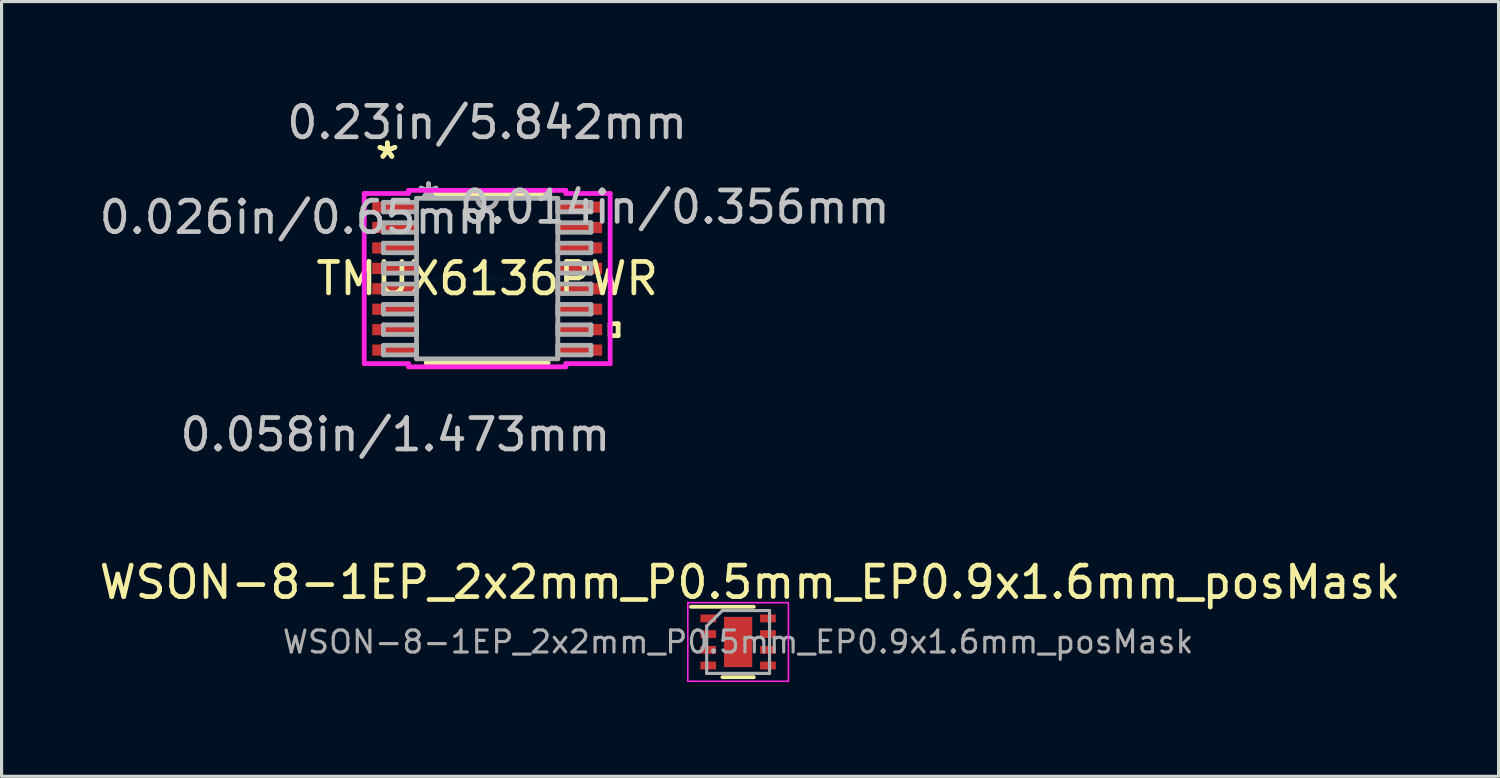
<source format=kicad_pcb>
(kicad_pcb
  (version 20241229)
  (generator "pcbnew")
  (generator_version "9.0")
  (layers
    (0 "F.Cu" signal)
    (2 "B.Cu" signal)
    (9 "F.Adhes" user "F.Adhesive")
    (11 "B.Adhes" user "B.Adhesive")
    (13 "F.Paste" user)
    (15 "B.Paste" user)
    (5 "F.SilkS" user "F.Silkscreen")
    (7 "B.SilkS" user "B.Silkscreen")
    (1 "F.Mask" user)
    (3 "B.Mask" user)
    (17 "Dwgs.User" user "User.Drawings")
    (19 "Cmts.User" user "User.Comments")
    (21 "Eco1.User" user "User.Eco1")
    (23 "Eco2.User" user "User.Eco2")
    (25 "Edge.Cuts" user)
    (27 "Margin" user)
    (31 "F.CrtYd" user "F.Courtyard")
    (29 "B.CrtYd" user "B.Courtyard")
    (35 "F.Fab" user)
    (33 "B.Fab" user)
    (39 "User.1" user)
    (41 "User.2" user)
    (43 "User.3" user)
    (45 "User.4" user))
  (footprint "WSON-8-1EP_2x2mm_P0.5mm_EP0.9x1.6mm_posMask"
    (layer "F.Cu")
    (at 20.435 17.376)
    (property "Reference" "WSON-8-1EP_2x2mm_P0.5mm_EP0.9x1.6mm_posMask" (at 0.38 -1.9 0) (layer "F.SilkS") (effects (font (size 1 1) (thickness 0.15))))
    (attr smd)
    (fp_line (start -1.5 -1.12) (end 0.5 -1.12) (stroke (width 0.12) (type solid)) (layer "F.SilkS"))
    (fp_line (start 0.5 1.12) (end -0.5 1.12) (stroke (width 0.12) (type solid)) (layer "F.SilkS"))
    (fp_line (start -1.6 -1.25) (end -1.6 1.25) (stroke (width 0.05) (type solid)) (layer "F.CrtYd"))
    (fp_line (start -1.6 -1.25) (end 1.6 -1.25) (stroke (width 0.05) (type solid)) (layer "F.CrtYd"))
    (fp_line (start -1.6 1.25) (end 1.6 1.25) (stroke (width 0.05) (type solid)) (layer "F.CrtYd"))
    (fp_line (start 1.6 -1.25) (end 1.6 1.25) (stroke (width 0.05) (type solid)) (layer "F.CrtYd"))
    (fp_line (start -1 1) (end -1 -0.5) (stroke (width 0.1) (type solid)) (layer "F.Fab"))
    (fp_line (start -0.5 -1) (end -1 -0.5) (stroke (width 0.1) (type solid)) (layer "F.Fab"))
    (fp_line (start -0.5 -1) (end 1 -1) (stroke (width 0.1) (type solid)) (layer "F.Fab"))
    (fp_line (start 1 -1) (end 1 1) (stroke (width 0.1) (type solid)) (layer "F.Fab"))
    (fp_line (start 1 1) (end -1 1) (stroke (width 0.1) (type solid)) (layer "F.Fab"))
    (fp_text user "${REFERENCE}" (at 0 0 0) (layer "F.Fab") (effects (font (size 0.7 0.7) (thickness 0.1))))
    (pad "" smd rect (at 0 -0.4) (size 0.75 0.65) (layers "F.Paste"))
    (pad "" smd rect (at 0 0.4) (size 0.75 0.65) (layers "F.Paste"))
    (pad "1" smd rect (at -0.95 -0.75) (size 0.5 0.25) (layers "F.Cu" "F.Mask" "F.Paste"))
    (pad "2" smd rect (at -0.95 -0.25) (size 0.5 0.25) (layers "F.Cu" "F.Mask" "F.Paste"))
    (pad "3" smd rect (at -0.95 0.25) (size 0.5 0.25) (layers "F.Cu" "F.Mask" "F.Paste"))
    (pad "4" smd rect (at -0.95 0.75) (size 0.5 0.25) (layers "F.Cu" "F.Mask" "F.Paste"))
    (pad "5" smd rect (at 0.95 0.75) (size 0.5 0.25) (layers "F.Cu" "F.Mask" "F.Paste"))
    (pad "6" smd rect (at 0.95 0.25) (size 0.5 0.25) (layers "F.Cu" "F.Mask" "F.Paste"))
    (pad "7" smd rect (at 0.95 -0.25) (size 0.5 0.25) (layers "F.Cu" "F.Mask" "F.Paste"))
    (pad "8" smd rect (at 0.95 -0.75) (size 0.5 0.25) (layers "F.Cu" "F.Mask" "F.Paste"))
    (pad "9" smd rect (at 0 0) (size 0.9 1.6) (layers "F.Cu" "F.Mask")))
  (footprint "TMUX6136PWR"
    (layer "F.Cu")
    (at 12.451 5.814)
    (property "Reference" "TMUX6136PWR" (at 0 0 0) (layer "F.SilkS") (effects (font (size 1 1) (thickness 0.15))))
    (attr through_hole)
    (fp_line (start -1.941 2.68) (end 1.941 2.68) (stroke (width 0.152) (type solid)) (layer "F.SilkS"))
    (fp_line (start 1.941 -2.68) (end -1.941 -2.68) (stroke (width 0.152) (type solid)) (layer "F.SilkS"))
    (fp_line (start 3.912 1.435) (end 4.166 1.435) (stroke (width 0.152) (type solid)) (layer "F.SilkS"))
    (fp_line (start 3.912 1.816) (end 3.912 1.435) (stroke (width 0.152) (type solid)) (layer "F.SilkS"))
    (fp_line (start 4.166 1.435) (end 4.166 1.816) (stroke (width 0.152) (type solid)) (layer "F.SilkS"))
    (fp_line (start 4.166 1.816) (end 3.912 1.816) (stroke (width 0.152) (type solid)) (layer "F.SilkS"))
    (fp_line (start -3.912 -2.707) (end -2.502 -2.707) (stroke (width 0.152) (type solid)) (layer "F.CrtYd"))
    (fp_line (start -3.912 2.707) (end -3.912 -2.707) (stroke (width 0.152) (type solid)) (layer "F.CrtYd"))
    (fp_line (start -2.502 -2.807) (end 2.502 -2.807) (stroke (width 0.152) (type solid)) (layer "F.CrtYd"))
    (fp_line (start -2.502 -2.707) (end -2.502 -2.807) (stroke (width 0.152) (type solid)) (layer "F.CrtYd"))
    (fp_line (start -2.502 2.707) (end -3.912 2.707) (stroke (width 0.152) (type solid)) (layer "F.CrtYd"))
    (fp_line (start -2.502 2.807) (end -2.502 2.707) (stroke (width 0.152) (type solid)) (layer "F.CrtYd"))
    (fp_line (start 2.502 -2.807) (end 2.502 -2.707) (stroke (width 0.152) (type solid)) (layer "F.CrtYd"))
    (fp_line (start 2.502 -2.707) (end 3.912 -2.707) (stroke (width 0.152) (type solid)) (layer "F.CrtYd"))
    (fp_line (start 2.502 2.707) (end 2.502 2.807) (stroke (width 0.152) (type solid)) (layer "F.CrtYd"))
    (fp_line (start 2.502 2.807) (end -2.502 2.807) (stroke (width 0.152) (type solid)) (layer "F.CrtYd"))
    (fp_line (start 3.912 -2.707) (end 3.912 2.707) (stroke (width 0.152) (type solid)) (layer "F.CrtYd"))
    (fp_line (start 3.912 2.707) (end 2.502 2.707) (stroke (width 0.152) (type solid)) (layer "F.CrtYd"))
    (fp_line (start -3.302 -2.427) (end -3.302 -2.123) (stroke (width 0.152) (type solid)) (layer "F.Fab"))
    (fp_line (start -3.302 -2.123) (end -2.248 -2.123) (stroke (width 0.152) (type solid)) (layer "F.Fab"))
    (fp_line (start -3.302 -1.777) (end -3.302 -1.473) (stroke (width 0.152) (type solid)) (layer "F.Fab"))
    (fp_line (start -3.302 -1.473) (end -2.248 -1.473) (stroke (width 0.152) (type solid)) (layer "F.Fab"))
    (fp_line (start -3.302 -1.127) (end -3.302 -0.823) (stroke (width 0.152) (type solid)) (layer "F.Fab"))
    (fp_line (start -3.302 -0.823) (end -2.248 -0.823) (stroke (width 0.152) (type solid)) (layer "F.Fab"))
    (fp_line (start -3.302 -0.477) (end -3.302 -0.173) (stroke (width 0.152) (type solid)) (layer "F.Fab"))
    (fp_line (start -3.302 -0.173) (end -2.248 -0.173) (stroke (width 0.152) (type solid)) (layer "F.Fab"))
    (fp_line (start -3.302 0.173) (end -3.302 0.477) (stroke (width 0.152) (type solid)) (layer "F.Fab"))
    (fp_line (start -3.302 0.477) (end -2.248 0.477) (stroke (width 0.152) (type solid)) (layer "F.Fab"))
    (fp_line (start -3.302 0.823) (end -3.302 1.127) (stroke (width 0.152) (type solid)) (layer "F.Fab"))
    (fp_line (start -3.302 1.127) (end -2.248 1.127) (stroke (width 0.152) (type solid)) (layer "F.Fab"))
    (fp_line (start -3.302 1.473) (end -3.302 1.777) (stroke (width 0.152) (type solid)) (layer "F.Fab"))
    (fp_line (start -3.302 1.777) (end -2.248 1.777) (stroke (width 0.152) (type solid)) (layer "F.Fab"))
    (fp_line (start -3.302 2.123) (end -3.302 2.427) (stroke (width 0.152) (type solid)) (layer "F.Fab"))
    (fp_line (start -3.302 2.427) (end -2.248 2.427) (stroke (width 0.152) (type solid)) (layer "F.Fab"))
    (fp_line (start -2.248 -2.553) (end -2.248 2.553) (stroke (width 0.152) (type solid)) (layer "F.Fab"))
    (fp_line (start -2.248 -2.427) (end -3.302 -2.427) (stroke (width 0.152) (type solid)) (layer "F.Fab"))
    (fp_line (start -2.248 -2.123) (end -2.248 -2.427) (stroke (width 0.152) (type solid)) (layer "F.Fab"))
    (fp_line (start -2.248 -1.777) (end -3.302 -1.777) (stroke (width 0.152) (type solid)) (layer "F.Fab"))
    (fp_line (start -2.248 -1.473) (end -2.248 -1.777) (stroke (width 0.152) (type solid)) (layer "F.Fab"))
    (fp_line (start -2.248 -1.127) (end -3.302 -1.127) (stroke (width 0.152) (type solid)) (layer "F.Fab"))
    (fp_line (start -2.248 -0.823) (end -2.248 -1.127) (stroke (width 0.152) (type solid)) (layer "F.Fab"))
    (fp_line (start -2.248 -0.477) (end -3.302 -0.477) (stroke (width 0.152) (type solid)) (layer "F.Fab"))
    (fp_line (start -2.248 -0.173) (end -2.248 -0.477) (stroke (width 0.152) (type solid)) (layer "F.Fab"))
    (fp_line (start -2.248 0.173) (end -3.302 0.173) (stroke (width 0.152) (type solid)) (layer "F.Fab"))
    (fp_line (start -2.248 0.477) (end -2.248 0.173) (stroke (width 0.152) (type solid)) (layer "F.Fab"))
    (fp_line (start -2.248 0.823) (end -3.302 0.823) (stroke (width 0.152) (type solid)) (layer "F.Fab"))
    (fp_line (start -2.248 1.127) (end -2.248 0.823) (stroke (width 0.152) (type solid)) (layer "F.Fab"))
    (fp_line (start -2.248 1.473) (end -3.302 1.473) (stroke (width 0.152) (type solid)) (layer "F.Fab"))
    (fp_line (start -2.248 1.777) (end -2.248 1.473) (stroke (width 0.152) (type solid)) (layer "F.Fab"))
    (fp_line (start -2.248 2.123) (end -3.302 2.123) (stroke (width 0.152) (type solid)) (layer "F.Fab"))
    (fp_line (start -2.248 2.427) (end -2.248 2.123) (stroke (width 0.152) (type solid)) (layer "F.Fab"))
    (fp_line (start -2.248 2.553) (end 2.248 2.553) (stroke (width 0.152) (type solid)) (layer "F.Fab"))
    (fp_line (start 2.248 -2.553) (end -2.248 -2.553) (stroke (width 0.152) (type solid)) (layer "F.Fab"))
    (fp_line (start 2.248 -2.427) (end 2.248 -2.123) (stroke (width 0.152) (type solid)) (layer "F.Fab"))
    (fp_line (start 2.248 -2.123) (end 3.302 -2.123) (stroke (width 0.152) (type solid)) (layer "F.Fab"))
    (fp_line (start 2.248 -1.777) (end 2.248 -1.473) (stroke (width 0.152) (type solid)) (layer "F.Fab"))
    (fp_line (start 2.248 -1.473) (end 3.302 -1.473) (stroke (width 0.152) (type solid)) (layer "F.Fab"))
    (fp_line (start 2.248 -1.127) (end 2.248 -0.823) (stroke (width 0.152) (type solid)) (layer "F.Fab"))
    (fp_line (start 2.248 -0.823) (end 3.302 -0.823) (stroke (width 0.152) (type solid)) (layer "F.Fab"))
    (fp_line (start 2.248 -0.477) (end 2.248 -0.173) (stroke (width 0.152) (type solid)) (layer "F.Fab"))
    (fp_line (start 2.248 -0.173) (end 3.302 -0.173) (stroke (width 0.152) (type solid)) (layer "F.Fab"))
    (fp_line (start 2.248 0.173) (end 2.248 0.477) (stroke (width 0.152) (type solid)) (layer "F.Fab"))
    (fp_line (start 2.248 0.477) (end 3.302 0.477) (stroke (width 0.152) (type solid)) (layer "F.Fab"))
    (fp_line (start 2.248 0.823) (end 2.248 1.127) (stroke (width 0.152) (type solid)) (layer "F.Fab"))
    (fp_line (start 2.248 1.127) (end 3.302 1.127) (stroke (width 0.152) (type solid)) (layer "F.Fab"))
    (fp_line (start 2.248 1.473) (end 2.248 1.777) (stroke (width 0.152) (type solid)) (layer "F.Fab"))
    (fp_line (start 2.248 1.777) (end 3.302 1.777) (stroke (width 0.152) (type solid)) (layer "F.Fab"))
    (fp_line (start 2.248 2.123) (end 2.248 2.427) (stroke (width 0.152) (type solid)) (layer "F.Fab"))
    (fp_line (start 2.248 2.427) (end 3.302 2.427) (stroke (width 0.152) (type solid)) (layer "F.Fab"))
    (fp_line (start 2.248 2.553) (end 2.248 -2.553) (stroke (width 0.152) (type solid)) (layer "F.Fab"))
    (fp_line (start 3.302 -2.427) (end 2.248 -2.427) (stroke (width 0.152) (type solid)) (layer "F.Fab"))
    (fp_line (start 3.302 -2.123) (end 3.302 -2.427) (stroke (width 0.152) (type solid)) (layer "F.Fab"))
    (fp_line (start 3.302 -1.777) (end 2.248 -1.777) (stroke (width 0.152) (type solid)) (layer "F.Fab"))
    (fp_line (start 3.302 -1.473) (end 3.302 -1.777) (stroke (width 0.152) (type solid)) (layer "F.Fab"))
    (fp_line (start 3.302 -1.127) (end 2.248 -1.127) (stroke (width 0.152) (type solid)) (layer "F.Fab"))
    (fp_line (start 3.302 -0.823) (end 3.302 -1.127) (stroke (width 0.152) (type solid)) (layer "F.Fab"))
    (fp_line (start 3.302 -0.477) (end 2.248 -0.477) (stroke (width 0.152) (type solid)) (layer "F.Fab"))
    (fp_line (start 3.302 -0.173) (end 3.302 -0.477) (stroke (width 0.152) (type solid)) (layer "F.Fab"))
    (fp_line (start 3.302 0.173) (end 2.248 0.173) (stroke (width 0.152) (type solid)) (layer "F.Fab"))
    (fp_line (start 3.302 0.477) (end 3.302 0.173) (stroke (width 0.152) (type solid)) (layer "F.Fab"))
    (fp_line (start 3.302 0.823) (end 2.248 0.823) (stroke (width 0.152) (type solid)) (layer "F.Fab"))
    (fp_line (start 3.302 1.127) (end 3.302 0.823) (stroke (width 0.152) (type solid)) (layer "F.Fab"))
    (fp_line (start 3.302 1.473) (end 2.248 1.473) (stroke (width 0.152) (type solid)) (layer "F.Fab"))
    (fp_line (start 3.302 1.777) (end 3.302 1.473) (stroke (width 0.152) (type solid)) (layer "F.Fab"))
    (fp_line (start 3.302 2.123) (end 2.248 2.123) (stroke (width 0.152) (type solid)) (layer "F.Fab"))
    (fp_line (start 3.302 2.427) (end 3.302 2.123) (stroke (width 0.152) (type solid)) (layer "F.Fab"))
    (fp_arc (start 0.3048 -2.5527) (mid 0 -2.2479) (end -0.3048 -2.5527) (stroke (width 0.1524) (type solid)) (layer "F.Fab"))
    (fp_text user "*" (at -3.175 -3.774 0) (layer "F.SilkS") (effects (font (size 1 1) (thickness 0.15))))
    (fp_text user "*" (at -3.175 -3.774 0) (layer "F.SilkS") (effects (font (size 1 1) (thickness 0.15))))
    (fp_text user "0.014in/0.356mm" (at 5.969 -2.275 0) (layer "Dwgs.User") (effects (font (size 1 1) (thickness 0.15))))
    (fp_text user "0.23in/5.842mm" (at 0 -4.966 0) (layer "Dwgs.User") (effects (font (size 1 1) (thickness 0.15))))
    (fp_text user "0.058in/1.473mm" (at -2.921 4.966 0) (layer "Dwgs.User") (effects (font (size 1 1) (thickness 0.15))))
    (fp_text user "0.026in/0.65mm" (at -5.969 -1.95 0) (layer "Dwgs.User") (effects (font (size 1 1) (thickness 0.15))))
    (fp_text user "Copyright 2016 Accelerated Designs. All rights reserved." (at 0 0 0) (layer "Cmts.User") (effects (font (size 0.127 0.127) (thickness 0.002))))
    (fp_text user "*" (at -1.867 -2.477 0) (layer "F.Fab") (effects (font (size 1 1) (thickness 0.15))))
    (fp_text user "*" (at -1.867 -2.477 0) (layer "F.Fab") (effects (font (size 1 1) (thickness 0.15))))
    (pad "1" smd rect (at -2.921 -2.275) (size 1.473 0.356) (layers "F.Cu" "F.Mask" "F.Paste"))
    (pad "2" smd rect (at -2.921 -1.625) (size 1.473 0.356) (layers "F.Cu" "F.Mask" "F.Paste"))
    (pad "3" smd rect (at -2.921 -0.975) (size 1.473 0.356) (layers "F.Cu" "F.Mask" "F.Paste"))
    (pad "4" smd rect (at -2.921 -0.325) (size 1.473 0.356) (layers "F.Cu" "F.Mask" "F.Paste"))
    (pad "5" smd rect (at -2.921 0.325) (size 1.473 0.356) (layers "F.Cu" "F.Mask" "F.Paste"))
    (pad "6" smd rect (at -2.921 0.975) (size 1.473 0.356) (layers "F.Cu" "F.Mask" "F.Paste"))
    (pad "7" smd rect (at -2.921 1.625) (size 1.473 0.356) (layers "F.Cu" "F.Mask" "F.Paste"))
    (pad "8" smd rect (at -2.921 2.275) (size 1.473 0.356) (layers "F.Cu" "F.Mask" "F.Paste"))
    (pad "9" smd rect (at 2.921 2.275) (size 1.473 0.356) (layers "F.Cu" "F.Mask" "F.Paste"))
    (pad "10" smd rect (at 2.921 1.625) (size 1.473 0.356) (layers "F.Cu" "F.Mask" "F.Paste"))
    (pad "11" smd rect (at 2.921 0.975) (size 1.473 0.356) (layers "F.Cu" "F.Mask" "F.Paste"))
    (pad "12" smd rect (at 2.921 0.325) (size 1.473 0.356) (layers "F.Cu" "F.Mask" "F.Paste"))
    (pad "13" smd rect (at 2.921 -0.325) (size 1.473 0.356) (layers "F.Cu" "F.Mask" "F.Paste"))
    (pad "14" smd rect (at 2.921 -0.975) (size 1.473 0.356) (layers "F.Cu" "F.Mask" "F.Paste"))
    (pad "15" smd rect (at 2.921 -1.625) (size 1.473 0.356) (layers "F.Cu" "F.Mask" "F.Paste"))
    (pad "16" smd rect (at 2.921 -2.275) (size 1.473 0.356) (layers "F.Cu" "F.Mask" "F.Paste")))
  (gr_rect
    (start -3 -3)
    (end 44.631 21.651)
    (stroke (width 0.1) (type default))
    (fill no)
    (layer "Edge.Cuts")))
</source>
